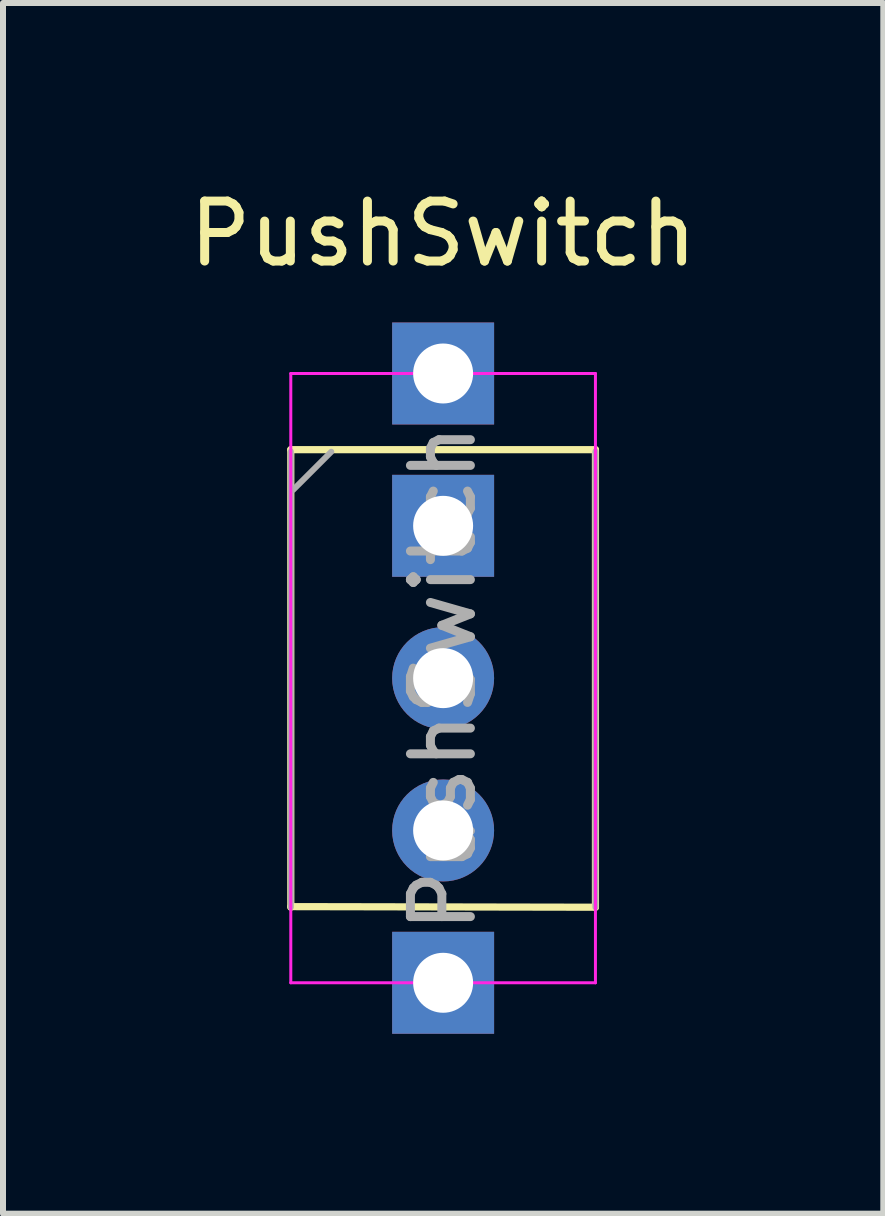
<source format=kicad_pcb>
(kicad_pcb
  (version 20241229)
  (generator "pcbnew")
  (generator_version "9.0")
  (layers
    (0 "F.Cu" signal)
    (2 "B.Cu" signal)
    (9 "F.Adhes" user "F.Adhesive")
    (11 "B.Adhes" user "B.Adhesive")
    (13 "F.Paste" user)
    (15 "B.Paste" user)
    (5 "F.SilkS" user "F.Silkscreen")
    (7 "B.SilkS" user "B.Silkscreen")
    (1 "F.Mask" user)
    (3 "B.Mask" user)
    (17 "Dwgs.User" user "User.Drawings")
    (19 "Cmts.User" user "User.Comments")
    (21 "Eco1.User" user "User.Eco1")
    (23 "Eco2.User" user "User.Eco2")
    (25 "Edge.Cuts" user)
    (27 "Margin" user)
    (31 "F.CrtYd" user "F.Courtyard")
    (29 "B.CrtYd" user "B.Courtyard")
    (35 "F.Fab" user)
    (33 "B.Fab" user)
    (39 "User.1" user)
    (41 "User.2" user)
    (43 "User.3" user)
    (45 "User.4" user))
  (footprint "PushSwitch"
    (layer "F.Cu")
    (at 4.339 5.718)
    (property "Reference" "PushSwitch" (at 0 -4.87 0) (layer "F.SilkS") (effects (font (size 1 1) (thickness 0.15))))
    (attr through_hole)
    (fp_line (start -2.54 -1.27) (end -2.54 6.36) (stroke (width 0.12) (type solid)) (layer "F.SilkS"))
    (fp_line (start -2.54 -1.27) (end 2.54 -1.27) (stroke (width 0.12) (type solid)) (layer "F.SilkS"))
    (fp_line (start -2.54 6.35) (end 2.54 6.36) (stroke (width 0.12) (type solid)) (layer "F.SilkS"))
    (fp_line (start 2.54 -1.27) (end 2.54 6.36) (stroke (width 0.12) (type solid)) (layer "F.SilkS"))
    (fp_line (start -2.54 -2.54) (end -2.54 7.62) (stroke (width 0.05) (type solid)) (layer "F.CrtYd"))
    (fp_line (start -2.54 7.62) (end 2.54 7.62) (stroke (width 0.05) (type solid)) (layer "F.CrtYd"))
    (fp_line (start 2.54 -2.54) (end -2.54 -2.54) (stroke (width 0.05) (type solid)) (layer "F.CrtYd"))
    (fp_line (start 2.54 7.62) (end 2.54 -2.54) (stroke (width 0.05) (type solid)) (layer "F.CrtYd"))
    (fp_line (start -2.54 6.36) (end -2.54 -1.24) (stroke (width 0.1) (type solid)) (layer "F.Fab"))
    (fp_line (start -2.5 -0.6) (end -1.865 -1.235) (stroke (width 0.1) (type solid)) (layer "F.Fab"))
    (fp_line (start 2.54 -1.24) (end 2.54 6.36) (stroke (width 0.1) (type solid)) (layer "F.Fab"))
    (fp_text user "${REFERENCE}" (at 0 2.54 90) (layer "F.Fab") (effects (font (size 1 1) (thickness 0.15))))
    (pad "" thru_hole rect (at 0 -2.54) (size 1.7 1.7) (drill 1) (layers "*.Cu" "*.Mask"))
    (pad "" thru_hole rect (at 0 7.62) (size 1.7 1.7) (drill 1) (layers "*.Cu" "*.Mask"))
    (pad "1" thru_hole rect (at 0 0) (size 1.7 1.7) (drill 1) (layers "*.Cu" "*.Mask"))
    (pad "2" thru_hole oval (at 0 2.54) (size 1.7 1.7) (drill 1) (layers "*.Cu" "*.Mask"))
    (pad "3" thru_hole oval (at 0 5.08) (size 1.7 1.7) (drill 1) (layers "*.Cu" "*.Mask")))
  (gr_rect
    (start -3 -3)
    (end 11.679 17.188)
    (stroke (width 0.1) (type default))
    (fill no)
    (layer "Edge.Cuts")))
</source>
